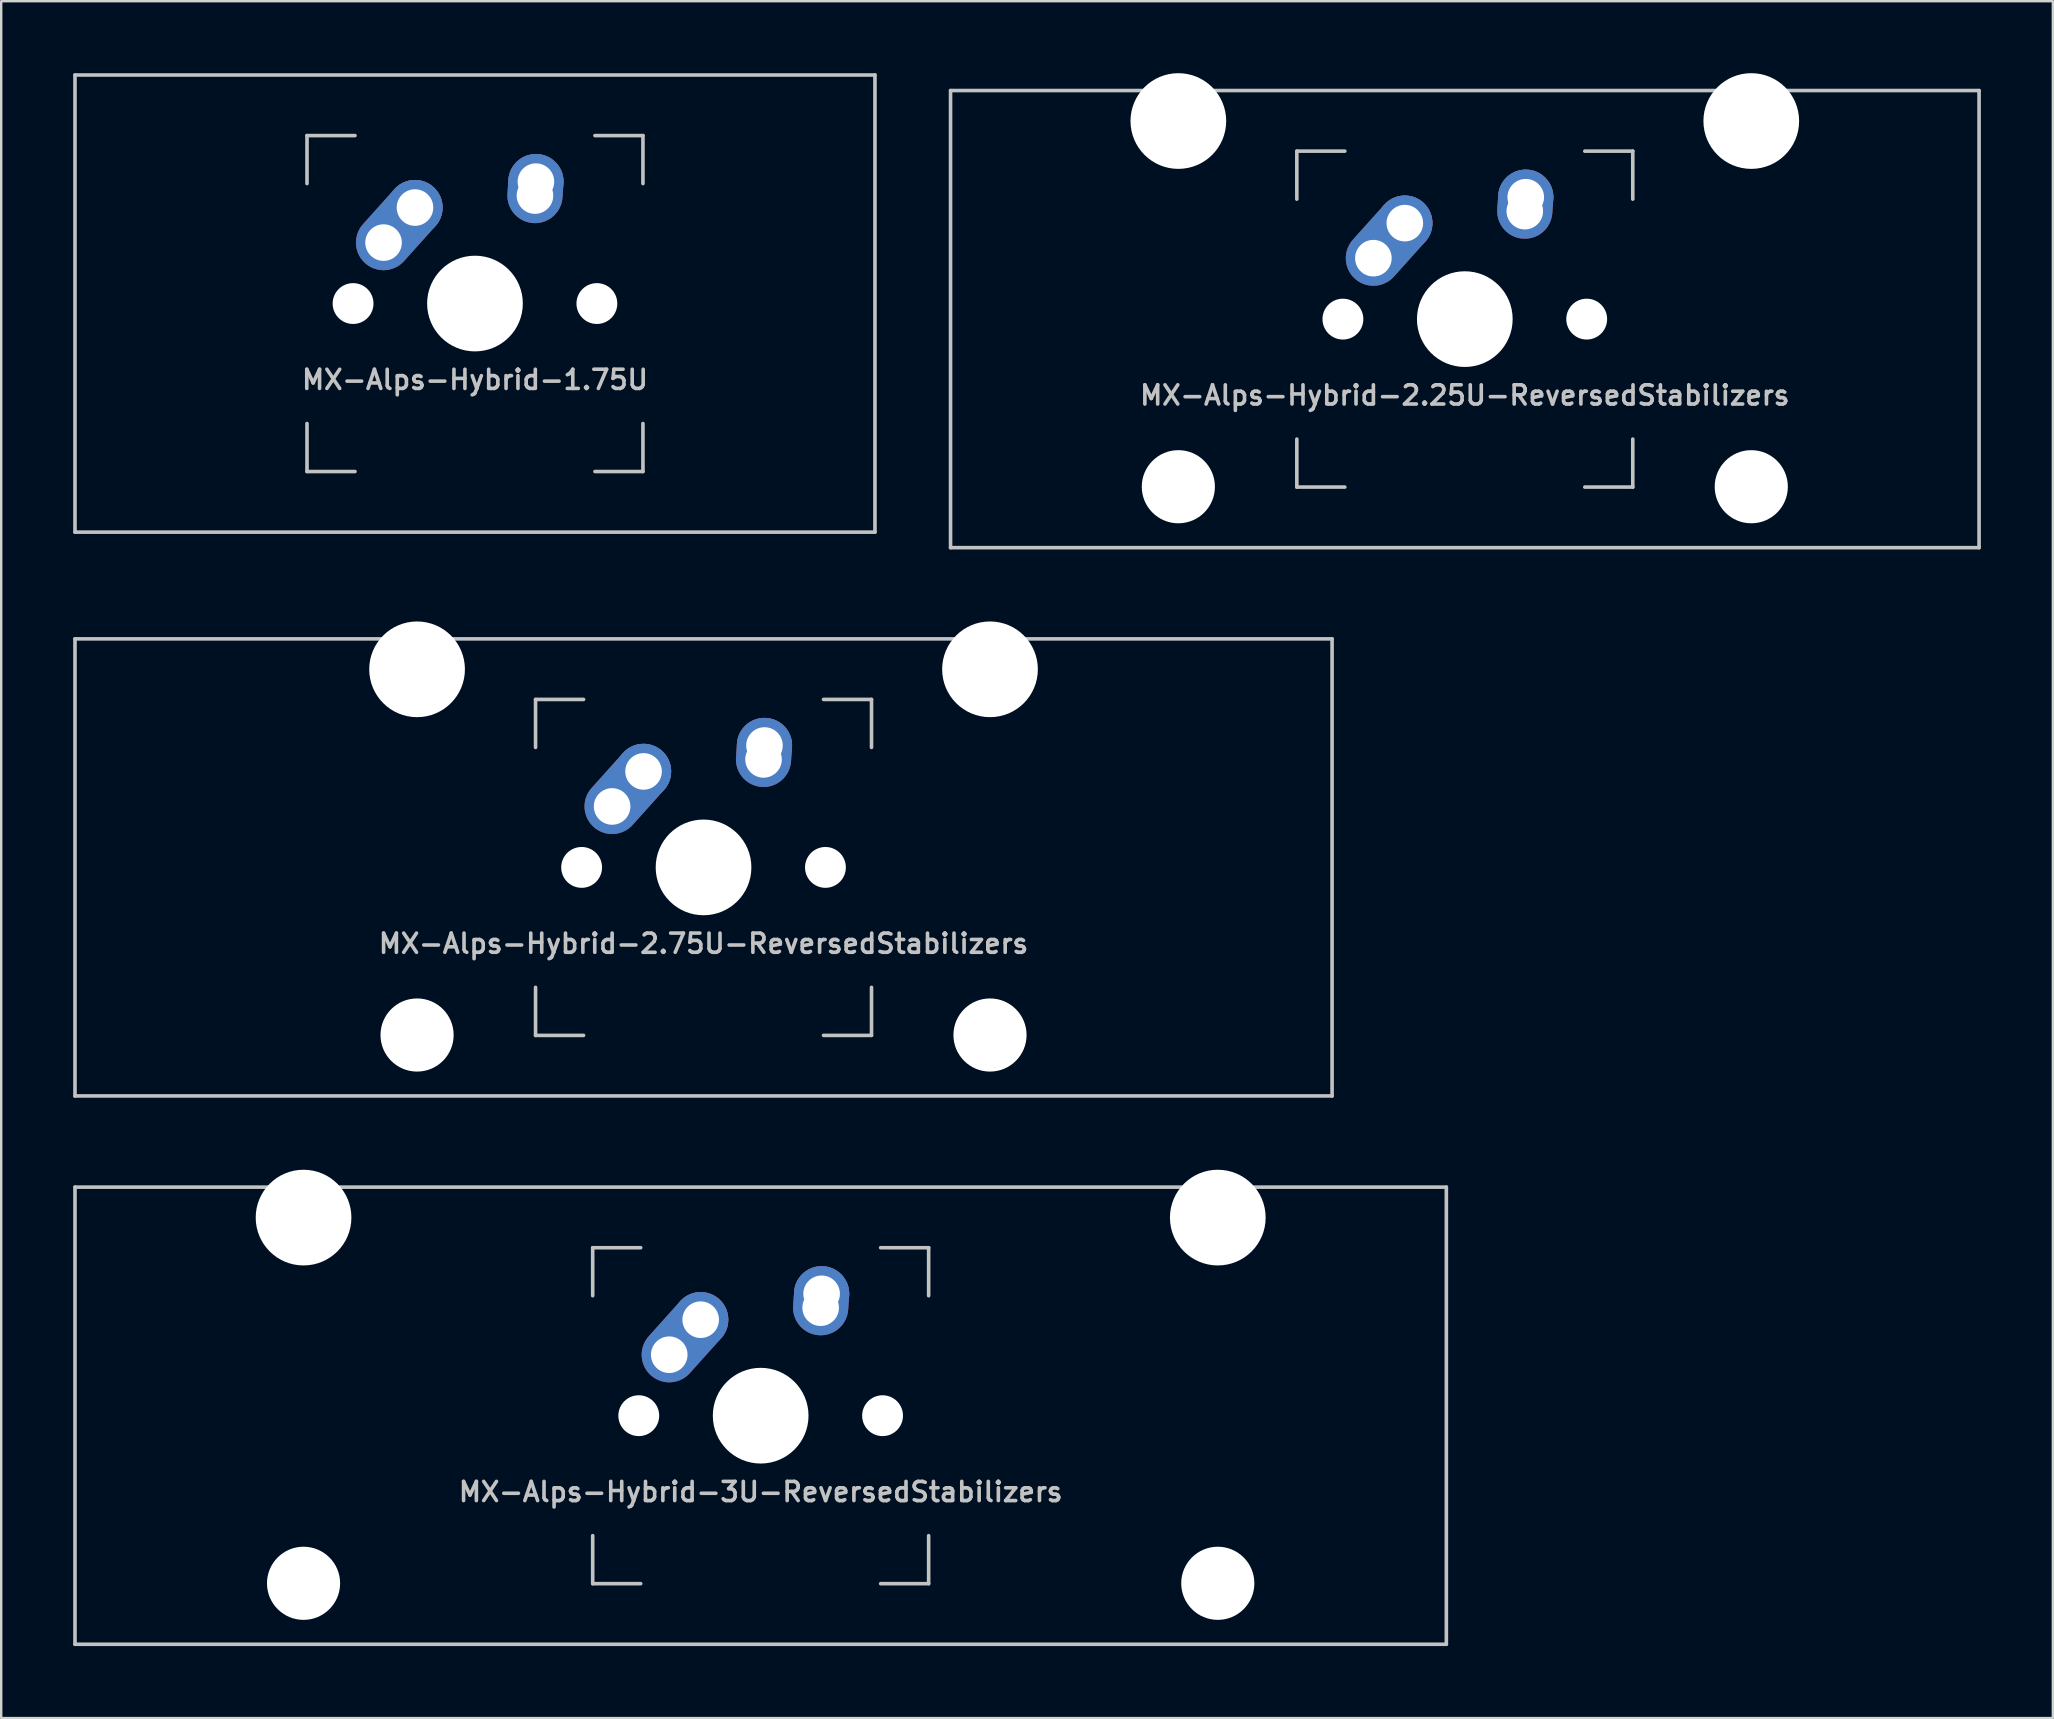
<source format=kicad_pcb>
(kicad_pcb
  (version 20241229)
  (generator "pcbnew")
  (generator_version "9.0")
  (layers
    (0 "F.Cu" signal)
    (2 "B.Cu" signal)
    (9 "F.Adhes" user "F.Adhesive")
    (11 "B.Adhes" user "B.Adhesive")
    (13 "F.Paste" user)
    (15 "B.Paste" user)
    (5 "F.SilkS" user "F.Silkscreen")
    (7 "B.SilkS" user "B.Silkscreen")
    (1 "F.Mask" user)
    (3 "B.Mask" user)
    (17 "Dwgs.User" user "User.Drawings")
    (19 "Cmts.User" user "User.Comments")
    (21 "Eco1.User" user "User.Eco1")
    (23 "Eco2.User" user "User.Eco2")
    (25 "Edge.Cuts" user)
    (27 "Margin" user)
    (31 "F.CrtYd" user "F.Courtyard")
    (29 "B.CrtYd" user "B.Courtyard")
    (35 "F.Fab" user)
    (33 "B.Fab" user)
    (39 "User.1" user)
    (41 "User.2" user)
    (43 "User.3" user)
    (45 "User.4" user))
  (footprint "MX-Alps-Hybrid-1.75U"
    (layer "F.Cu")
    (at 16.744 9.6)
    (property "Reference" "MX-Alps-Hybrid-1.75U" (at 0 3.175 0) (layer "Dwgs.User") (effects (font (size 0.8 0.8) (thickness 0.15))))
    (attr through_hole)
    (fp_line (start -16.669 9.525) (end -16.669 -9.525) (stroke (width 0.15) (type solid)) (layer "Dwgs.User"))
    (fp_line (start -7 -7) (end -7 -5) (stroke (width 0.15) (type solid)) (layer "Dwgs.User"))
    (fp_line (start -7 5) (end -7 7) (stroke (width 0.15) (type solid)) (layer "Dwgs.User"))
    (fp_line (start -7 7) (end -5 7) (stroke (width 0.15) (type solid)) (layer "Dwgs.User"))
    (fp_line (start -5 -7) (end -7 -7) (stroke (width 0.15) (type solid)) (layer "Dwgs.User"))
    (fp_line (start 5 -7) (end 7 -7) (stroke (width 0.15) (type solid)) (layer "Dwgs.User"))
    (fp_line (start 5 7) (end 7 7) (stroke (width 0.15) (type solid)) (layer "Dwgs.User"))
    (fp_line (start 7 -7) (end 7 -5) (stroke (width 0.15) (type solid)) (layer "Dwgs.User"))
    (fp_line (start 7 7) (end 7 5) (stroke (width 0.15) (type solid)) (layer "Dwgs.User"))
    (fp_line (start 16.669 -9.525) (end -16.669 -9.525) (stroke (width 0.15) (type solid)) (layer "Dwgs.User"))
    (fp_line (start 16.669 9.525) (end -16.669 9.525) (stroke (width 0.15) (type solid)) (layer "Dwgs.User"))
    (fp_line (start 16.669 9.525) (end 16.669 -9.525) (stroke (width 0.15) (type solid)) (layer "Dwgs.User"))
    (pad "" np_thru_hole circle (at -5.08 0 48.099) (size 1.702 1.702) (drill 1.702) (layers "*.Cu" "*.Mask"))
    (pad "" np_thru_hole circle (at 0 0) (size 3.988 3.988) (drill 3.988) (layers "*.Cu" "*.Mask"))
    (pad "" np_thru_hole circle (at 5.08 0 48.099) (size 1.702 1.702) (drill 1.702) (layers "*.Cu" "*.Mask"))
    (pad "1" thru_hole oval (at -3.81 -2.54 48.099) (size 4.262 2.3) (drill 1.524 (offset 0.981 0)) (layers "*.Cu" "B.Mask"))
    (pad "1" thru_hole circle (at -2.5 -4) (size 2.3 2.3) (drill 1.524) (layers "*.Cu" "B.Mask"))
    (pad "2" thru_hole oval (at 2.5 -4.5 86.054) (size 2.881 2.3) (drill 1.524 (offset 0.291 0)) (layers "*.Cu" "B.Mask"))
    (pad "2" thru_hole circle (at 2.54 -5.08) (size 2.3 2.3) (drill 1.524) (layers "*.Cu" "B.Mask")))
  (footprint "MX-Alps-Hybrid-3U-ReversedStabilizers"
    (layer "F.Cu")
    (at 28.65 55.947)
    (property "Reference" "MX-Alps-Hybrid-3U-ReversedStabilizers" (at 0 3.175 0) (layer "Dwgs.User") (effects (font (size 0.8 0.8) (thickness 0.15))))
    (attr through_hole)
    (fp_line (start -28.575 9.525) (end -28.575 -9.525) (stroke (width 0.15) (type solid)) (layer "Dwgs.User"))
    (fp_line (start -7 -7) (end -7 -5) (stroke (width 0.15) (type solid)) (layer "Dwgs.User"))
    (fp_line (start -7 5) (end -7 7) (stroke (width 0.15) (type solid)) (layer "Dwgs.User"))
    (fp_line (start -7 7) (end -5 7) (stroke (width 0.15) (type solid)) (layer "Dwgs.User"))
    (fp_line (start -5 -7) (end -7 -7) (stroke (width 0.15) (type solid)) (layer "Dwgs.User"))
    (fp_line (start 5 -7) (end 7 -7) (stroke (width 0.15) (type solid)) (layer "Dwgs.User"))
    (fp_line (start 5 7) (end 7 7) (stroke (width 0.15) (type solid)) (layer "Dwgs.User"))
    (fp_line (start 7 -7) (end 7 -5) (stroke (width 0.15) (type solid)) (layer "Dwgs.User"))
    (fp_line (start 7 7) (end 7 5) (stroke (width 0.15) (type solid)) (layer "Dwgs.User"))
    (fp_line (start 28.575 -9.525) (end -28.575 -9.525) (stroke (width 0.15) (type solid)) (layer "Dwgs.User"))
    (fp_line (start 28.575 9.525) (end -28.575 9.525) (stroke (width 0.15) (type solid)) (layer "Dwgs.User"))
    (fp_line (start 28.575 9.525) (end 28.575 -9.525) (stroke (width 0.15) (type solid)) (layer "Dwgs.User"))
    (pad "" np_thru_hole circle (at -19.05 -8.255) (size 3.988 3.988) (drill 3.988) (layers "*.Cu" "*.Mask"))
    (pad "" np_thru_hole circle (at -19.05 6.985) (size 3.048 3.048) (drill 3.048) (layers "*.Cu" "*.Mask"))
    (pad "" np_thru_hole circle (at -5.08 0 48.099) (size 1.702 1.702) (drill 1.702) (layers "*.Cu" "*.Mask"))
    (pad "" np_thru_hole circle (at 0 0) (size 3.988 3.988) (drill 3.988) (layers "*.Cu" "*.Mask"))
    (pad "" np_thru_hole circle (at 5.08 0 48.099) (size 1.702 1.702) (drill 1.702) (layers "*.Cu" "*.Mask"))
    (pad "" np_thru_hole circle (at 19.05 -8.255) (size 3.988 3.988) (drill 3.988) (layers "*.Cu" "*.Mask"))
    (pad "" np_thru_hole circle (at 19.05 6.985) (size 3.048 3.048) (drill 3.048) (layers "*.Cu" "*.Mask"))
    (pad "1" thru_hole oval (at -3.81 -2.54 48.099) (size 4.262 2.3) (drill 1.524 (offset 0.981 0)) (layers "*.Cu" "B.Mask"))
    (pad "1" thru_hole circle (at -2.5 -4) (size 2.3 2.3) (drill 1.524) (layers "*.Cu" "B.Mask"))
    (pad "2" thru_hole oval (at 2.5 -4.5 86.054) (size 2.881 2.3) (drill 1.524 (offset 0.291 0)) (layers "*.Cu" "B.Mask"))
    (pad "2" thru_hole circle (at 2.54 -5.08) (size 2.3 2.3) (drill 1.524) (layers "*.Cu" "B.Mask")))
  (footprint "MX-Alps-Hybrid-2.75U-ReversedStabilizers"
    (layer "F.Cu")
    (at 26.269 33.098)
    (property "Reference" "MX-Alps-Hybrid-2.75U-ReversedStabilizers" (at 0 3.175 0) (layer "Dwgs.User") (effects (font (size 0.8 0.8) (thickness 0.15))))
    (attr through_hole)
    (fp_line (start -26.194 9.525) (end -26.194 -9.525) (stroke (width 0.15) (type solid)) (layer "Dwgs.User"))
    (fp_line (start -7 -7) (end -7 -5) (stroke (width 0.15) (type solid)) (layer "Dwgs.User"))
    (fp_line (start -7 5) (end -7 7) (stroke (width 0.15) (type solid)) (layer "Dwgs.User"))
    (fp_line (start -7 7) (end -5 7) (stroke (width 0.15) (type solid)) (layer "Dwgs.User"))
    (fp_line (start -5 -7) (end -7 -7) (stroke (width 0.15) (type solid)) (layer "Dwgs.User"))
    (fp_line (start 5 -7) (end 7 -7) (stroke (width 0.15) (type solid)) (layer "Dwgs.User"))
    (fp_line (start 5 7) (end 7 7) (stroke (width 0.15) (type solid)) (layer "Dwgs.User"))
    (fp_line (start 7 -7) (end 7 -5) (stroke (width 0.15) (type solid)) (layer "Dwgs.User"))
    (fp_line (start 7 7) (end 7 5) (stroke (width 0.15) (type solid)) (layer "Dwgs.User"))
    (fp_line (start 26.194 -9.525) (end -26.194 -9.525) (stroke (width 0.15) (type solid)) (layer "Dwgs.User"))
    (fp_line (start 26.194 9.525) (end -26.194 9.525) (stroke (width 0.15) (type solid)) (layer "Dwgs.User"))
    (fp_line (start 26.194 9.525) (end 26.194 -9.525) (stroke (width 0.15) (type solid)) (layer "Dwgs.User"))
    (pad "" np_thru_hole circle (at -11.938 -8.255) (size 3.988 3.988) (drill 3.988) (layers "*.Cu" "*.Mask"))
    (pad "" np_thru_hole circle (at -11.938 6.985) (size 3.048 3.048) (drill 3.048) (layers "*.Cu" "*.Mask"))
    (pad "" np_thru_hole circle (at -5.08 0 48.099) (size 1.702 1.702) (drill 1.702) (layers "*.Cu" "*.Mask"))
    (pad "" np_thru_hole circle (at 0 0) (size 3.988 3.988) (drill 3.988) (layers "*.Cu" "*.Mask"))
    (pad "" np_thru_hole circle (at 5.08 0 48.099) (size 1.702 1.702) (drill 1.702) (layers "*.Cu" "*.Mask"))
    (pad "" np_thru_hole circle (at 11.938 -8.255) (size 3.988 3.988) (drill 3.988) (layers "*.Cu" "*.Mask"))
    (pad "" np_thru_hole circle (at 11.938 6.985) (size 3.048 3.048) (drill 3.048) (layers "*.Cu" "*.Mask"))
    (pad "1" thru_hole oval (at -3.81 -2.54 48.099) (size 4.262 2.3) (drill 1.524 (offset 0.981 0)) (layers "*.Cu" "B.Mask"))
    (pad "1" thru_hole circle (at -2.5 -4) (size 2.3 2.3) (drill 1.524) (layers "*.Cu" "B.Mask"))
    (pad "2" thru_hole oval (at 2.5 -4.5 86.054) (size 2.881 2.3) (drill 1.524 (offset 0.291 0)) (layers "*.Cu" "B.Mask"))
    (pad "2" thru_hole circle (at 2.54 -5.08) (size 2.3 2.3) (drill 1.524) (layers "*.Cu" "B.Mask")))
  (footprint "MX-Alps-Hybrid-2.25U-ReversedStabilizers"
    (layer "F.Cu")
    (at 57.994 10.249)
    (property "Reference" "MX-Alps-Hybrid-2.25U-ReversedStabilizers" (at 0 3.175 0) (layer "Dwgs.User") (effects (font (size 0.8 0.8) (thickness 0.15))))
    (attr through_hole)
    (fp_line (start -21.431 9.525) (end -21.431 -9.525) (stroke (width 0.15) (type solid)) (layer "Dwgs.User"))
    (fp_line (start -7 -7) (end -7 -5) (stroke (width 0.15) (type solid)) (layer "Dwgs.User"))
    (fp_line (start -7 5) (end -7 7) (stroke (width 0.15) (type solid)) (layer "Dwgs.User"))
    (fp_line (start -7 7) (end -5 7) (stroke (width 0.15) (type solid)) (layer "Dwgs.User"))
    (fp_line (start -5 -7) (end -7 -7) (stroke (width 0.15) (type solid)) (layer "Dwgs.User"))
    (fp_line (start 5 -7) (end 7 -7) (stroke (width 0.15) (type solid)) (layer "Dwgs.User"))
    (fp_line (start 5 7) (end 7 7) (stroke (width 0.15) (type solid)) (layer "Dwgs.User"))
    (fp_line (start 7 -7) (end 7 -5) (stroke (width 0.15) (type solid)) (layer "Dwgs.User"))
    (fp_line (start 7 7) (end 7 5) (stroke (width 0.15) (type solid)) (layer "Dwgs.User"))
    (fp_line (start 21.431 -9.525) (end -21.431 -9.525) (stroke (width 0.15) (type solid)) (layer "Dwgs.User"))
    (fp_line (start 21.431 9.525) (end -21.431 9.525) (stroke (width 0.15) (type solid)) (layer "Dwgs.User"))
    (fp_line (start 21.431 9.525) (end 21.431 -9.525) (stroke (width 0.15) (type solid)) (layer "Dwgs.User"))
    (pad "" np_thru_hole circle (at -11.938 -8.255) (size 3.988 3.988) (drill 3.988) (layers "*.Cu" "*.Mask"))
    (pad "" np_thru_hole circle (at -11.938 6.985) (size 3.048 3.048) (drill 3.048) (layers "*.Cu" "*.Mask"))
    (pad "" np_thru_hole circle (at -5.08 0 48.099) (size 1.702 1.702) (drill 1.702) (layers "*.Cu" "*.Mask"))
    (pad "" np_thru_hole circle (at 0 0) (size 3.988 3.988) (drill 3.988) (layers "*.Cu" "*.Mask"))
    (pad "" np_thru_hole circle (at 5.08 0 48.099) (size 1.702 1.702) (drill 1.702) (layers "*.Cu" "*.Mask"))
    (pad "" np_thru_hole circle (at 11.938 -8.255) (size 3.988 3.988) (drill 3.988) (layers "*.Cu" "*.Mask"))
    (pad "" np_thru_hole circle (at 11.938 6.985) (size 3.048 3.048) (drill 3.048) (layers "*.Cu" "*.Mask"))
    (pad "1" thru_hole oval (at -3.81 -2.54 48.099) (size 4.262 2.3) (drill 1.524 (offset 0.981 0)) (layers "*.Cu" "B.Mask"))
    (pad "1" thru_hole circle (at -2.5 -4) (size 2.3 2.3) (drill 1.524) (layers "*.Cu" "B.Mask"))
    (pad "2" thru_hole oval (at 2.5 -4.5 86.054) (size 2.881 2.3) (drill 1.524 (offset 0.291 0)) (layers "*.Cu" "B.Mask"))
    (pad "2" thru_hole circle (at 2.54 -5.08) (size 2.3 2.3) (drill 1.524) (layers "*.Cu" "B.Mask")))
  (gr_rect
    (start -3 -3)
    (end 82.5 68.547)
    (stroke (width 0.1) (type default))
    (fill no)
    (layer "Edge.Cuts")))
</source>
